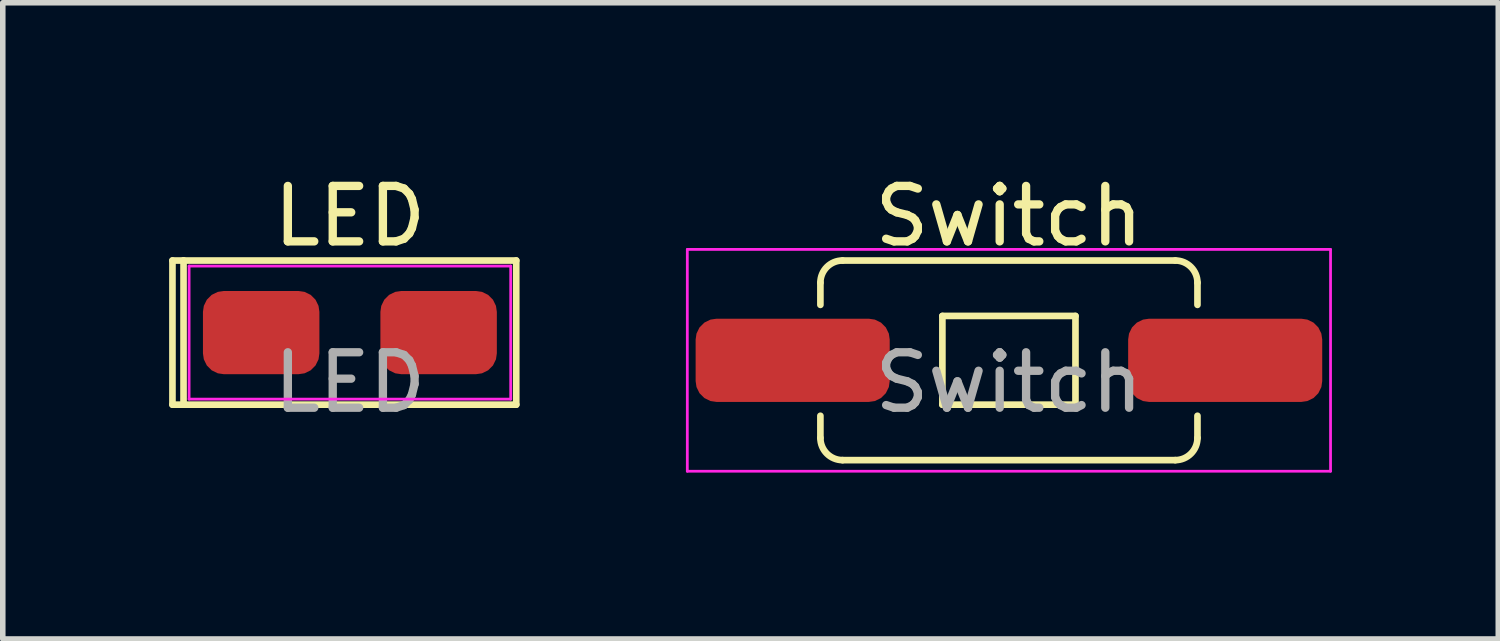
<source format=kicad_pcb>
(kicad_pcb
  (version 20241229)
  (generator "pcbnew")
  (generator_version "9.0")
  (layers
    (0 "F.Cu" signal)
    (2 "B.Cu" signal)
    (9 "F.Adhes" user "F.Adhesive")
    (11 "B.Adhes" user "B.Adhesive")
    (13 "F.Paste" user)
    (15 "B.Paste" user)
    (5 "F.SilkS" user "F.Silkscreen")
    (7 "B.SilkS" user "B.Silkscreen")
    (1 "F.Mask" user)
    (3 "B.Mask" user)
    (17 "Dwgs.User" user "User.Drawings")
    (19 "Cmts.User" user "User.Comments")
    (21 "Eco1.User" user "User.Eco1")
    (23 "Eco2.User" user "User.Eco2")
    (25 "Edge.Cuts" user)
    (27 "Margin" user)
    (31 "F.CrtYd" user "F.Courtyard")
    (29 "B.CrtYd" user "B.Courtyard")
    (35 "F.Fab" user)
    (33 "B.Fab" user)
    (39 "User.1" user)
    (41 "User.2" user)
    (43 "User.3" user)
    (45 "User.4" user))
  (footprint "LED"
    (layer "F.Cu")
    (at 3.26 2.948)
    (property "Reference" "LED" (at 0 -2.1 0) (unlocked yes) (layer "F.SilkS") (effects (font (size 1 1) (thickness 0.15))))
    (attr smd)
    (fp_line (start -3.2 -1.3) (end -3.2 1.3) (stroke (width 0.12) (type default)) (layer "F.SilkS"))
    (fp_line (start -3.2 1.3) (end -3 1.3) (stroke (width 0.12) (type default)) (layer "F.SilkS"))
    (fp_line (start -3 -1.3) (end -3.2 -1.3) (stroke (width 0.12) (type default)) (layer "F.SilkS"))
    (fp_line (start -3 -1.3) (end -3 1.3) (stroke (width 0.12) (type default)) (layer "F.SilkS"))
    (fp_line (start -3 -1.3) (end 3 -1.3) (stroke (width 0.12) (type default)) (layer "F.SilkS"))
    (fp_line (start -3 1.3) (end 3 1.3) (stroke (width 0.12) (type default)) (layer "F.SilkS"))
    (fp_line (start 3 -1.3) (end 3 1.3) (stroke (width 0.12) (type default)) (layer "F.SilkS"))
    (fp_line (start -2.9 -1.2) (end 2.9 -1.2) (stroke (width 0.05) (type default)) (layer "F.CrtYd"))
    (fp_line (start -2.9 1.2) (end -2.9 -1.2) (stroke (width 0.05) (type default)) (layer "F.CrtYd"))
    (fp_line (start 2.9 -1.2) (end 2.9 1.2) (stroke (width 0.05) (type default)) (layer "F.CrtYd"))
    (fp_line (start 2.9 1.2) (end -2.9 1.2) (stroke (width 0.05) (type default)) (layer "F.CrtYd"))
    (fp_text user "${REFERENCE}" (at 0 0.9 0) (unlocked yes) (layer "F.Fab") (effects (font (size 1 1) (thickness 0.15))))
    (pad "1" smd roundrect (at -1.6 0) (size 2.1 1.5) (layers "F.Cu" "F.Mask" "F.Paste") (roundrect_rratio 0.25))
    (pad "2" smd roundrect (at 1.6 0) (size 2.1 1.5) (layers "F.Cu" "F.Mask" "F.Paste") (roundrect_rratio 0.25)))
  (footprint "Switch"
    (layer "F.Cu")
    (at 15.145 3.448)
    (property "Reference" "Switch" (at 0 -2.6 0) (unlocked yes) (layer "F.SilkS") (effects (font (size 1 1) (thickness 0.15))))
    (attr smd)
    (fp_line (start -3.4 -1) (end -3.4 -1.4) (stroke (width 0.12) (type default)) (layer "F.SilkS"))
    (fp_line (start -3.4 1) (end -3.4 1.4) (stroke (width 0.12) (type default)) (layer "F.SilkS"))
    (fp_line (start -3 -1.8) (end 3 -1.8) (stroke (width 0.12) (type default)) (layer "F.SilkS"))
    (fp_line (start -3 1.8) (end 3 1.8) (stroke (width 0.12) (type default)) (layer "F.SilkS"))
    (fp_line (start -1.2 -0.8) (end 1.2 -0.8) (stroke (width 0.12) (type default)) (layer "F.SilkS"))
    (fp_line (start -1.2 0.8) (end -1.2 -0.8) (stroke (width 0.12) (type default)) (layer "F.SilkS"))
    (fp_line (start 1.2 -0.8) (end 1.2 0.8) (stroke (width 0.12) (type default)) (layer "F.SilkS"))
    (fp_line (start 1.2 0.8) (end -1.2 0.8) (stroke (width 0.12) (type default)) (layer "F.SilkS"))
    (fp_line (start 3.4 -1.4) (end 3.4 -1) (stroke (width 0.12) (type default)) (layer "F.SilkS"))
    (fp_line (start 3.4 1) (end 3.4 1.4) (stroke (width 0.12) (type default)) (layer "F.SilkS"))
    (fp_arc (start -3.4 -1.4) (mid -3.282843 -1.682843) (end -3 -1.8) (stroke (width 0.12) (type default)) (layer "F.SilkS"))
    (fp_arc (start -3 1.8) (mid -3.282843 1.682843) (end -3.4 1.4) (stroke (width 0.12) (type default)) (layer "F.SilkS"))
    (fp_arc (start 3 -1.8) (mid 3.282843 -1.682843) (end 3.4 -1.4) (stroke (width 0.12) (type default)) (layer "F.SilkS"))
    (fp_arc (start 3.4 1.4) (mid 3.282843 1.682843) (end 3 1.8) (stroke (width 0.12) (type default)) (layer "F.SilkS"))
    (fp_line (start -5.8 -2) (end -5.8 2) (stroke (width 0.05) (type default)) (layer "F.CrtYd"))
    (fp_line (start -5.8 2) (end 5.8 2) (stroke (width 0.05) (type default)) (layer "F.CrtYd"))
    (fp_line (start 5.8 -2) (end -5.8 -2) (stroke (width 0.05) (type default)) (layer "F.CrtYd"))
    (fp_line (start 5.8 2) (end 5.8 -2) (stroke (width 0.05) (type default)) (layer "F.CrtYd"))
    (fp_text user "${REFERENCE}" (at 0 0.4 0) (unlocked yes) (layer "F.Fab") (effects (font (size 1 1) (thickness 0.15))))
    (pad "1" smd roundrect (at -3.9 0) (size 3.5 1.5) (layers "F.Cu" "F.Mask" "F.Paste") (roundrect_rratio 0.25))
    (pad "2" smd roundrect (at 3.9 0) (size 3.5 1.5) (layers "F.Cu" "F.Mask" "F.Paste") (roundrect_rratio 0.25)))
  (gr_rect
    (start -3 -3)
    (end 23.97 8.473)
    (stroke (width 0.1) (type default))
    (fill no)
    (layer "Edge.Cuts")))
</source>
